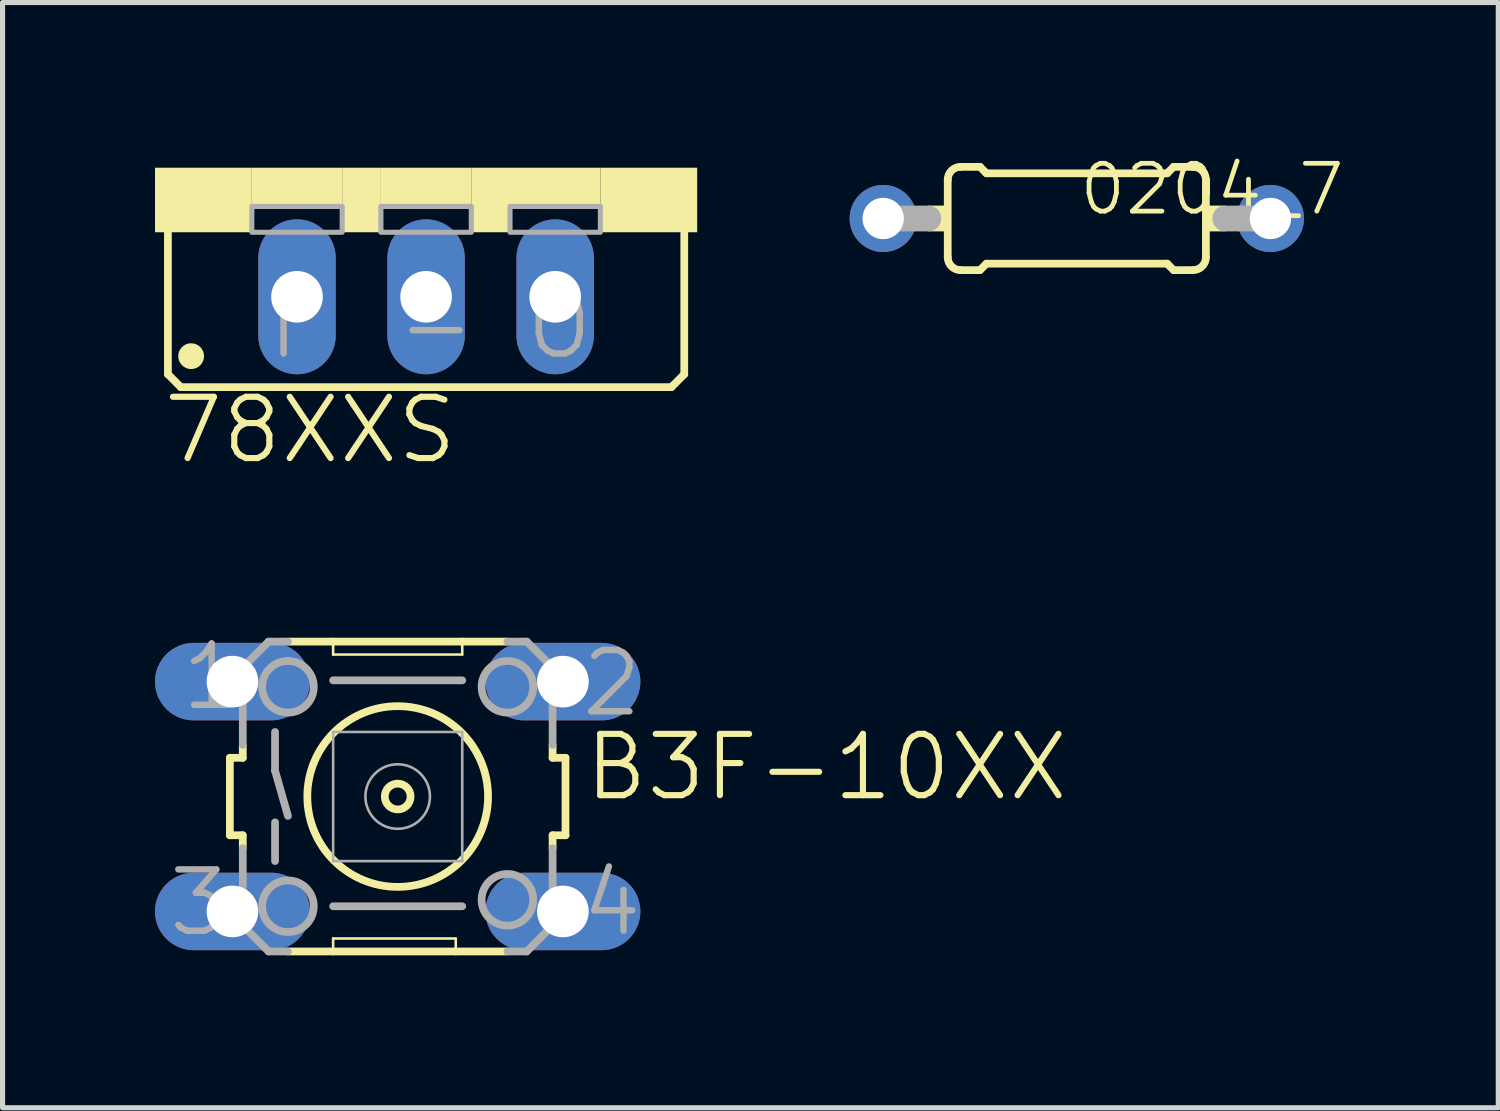
<source format=kicad_pcb>
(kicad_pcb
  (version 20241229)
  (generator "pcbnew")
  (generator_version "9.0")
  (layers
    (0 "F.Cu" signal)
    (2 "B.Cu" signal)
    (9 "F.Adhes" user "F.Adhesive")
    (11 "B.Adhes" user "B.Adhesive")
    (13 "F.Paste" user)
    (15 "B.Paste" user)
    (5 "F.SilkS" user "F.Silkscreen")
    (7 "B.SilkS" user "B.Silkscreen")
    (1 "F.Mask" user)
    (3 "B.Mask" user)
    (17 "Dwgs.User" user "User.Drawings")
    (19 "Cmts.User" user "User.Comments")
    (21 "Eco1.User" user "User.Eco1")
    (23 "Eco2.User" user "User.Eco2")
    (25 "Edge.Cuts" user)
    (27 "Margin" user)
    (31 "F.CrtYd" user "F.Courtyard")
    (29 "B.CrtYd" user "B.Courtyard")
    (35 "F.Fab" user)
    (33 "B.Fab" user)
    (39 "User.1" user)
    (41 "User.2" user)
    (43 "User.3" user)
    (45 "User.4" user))
  (footprint "78XXS"
    (layer "F.Cu")
    (at 5.334 0.25)
    (property "Reference" "78XXS" (at -5.232 5.867 0) (layer "F.SilkS") (effects (font (size 1.206 1.206) (thickness 0.121)) (justify left bottom)))
    (attr through_hole)
    (fp_line (start -5.08 4.064) (end -5.08 1.143) (stroke (width 0.152) (type solid)) (layer "F.SilkS"))
    (fp_line (start -5.08 4.064) (end -4.826 4.318) (stroke (width 0.152) (type solid)) (layer "F.SilkS"))
    (fp_line (start 4.826 4.318) (end -4.826 4.318) (stroke (width 0.152) (type solid)) (layer "F.SilkS"))
    (fp_line (start 4.826 4.318) (end 5.08 4.064) (stroke (width 0.152) (type solid)) (layer "F.SilkS"))
    (fp_line (start 5.08 1.143) (end 5.08 4.064) (stroke (width 0.152) (type solid)) (layer "F.SilkS"))
    (fp_circle (center -4.623 3.708) (end -4.496 3.708) (stroke (width 0.254) (type solid)) (fill no) (layer "F.SilkS"))
    (fp_poly (pts (xy -5.334 1.27) (xy -3.429 1.27) (xy -3.429 0) (xy -5.334 0)) (stroke (width 0) (type solid)) (fill yes) (layer "F.SilkS"))
    (fp_poly (pts (xy -3.429 0.762) (xy -1.651 0.762) (xy -1.651 0) (xy -3.429 0)) (stroke (width 0) (type solid)) (fill yes) (layer "F.SilkS"))
    (fp_poly (pts (xy -1.651 1.27) (xy -0.889 1.27) (xy -0.889 0) (xy -1.651 0)) (stroke (width 0) (type solid)) (fill yes) (layer "F.SilkS"))
    (fp_poly (pts (xy -0.889 0.762) (xy 0.889 0.762) (xy 0.889 0) (xy -0.889 0)) (stroke (width 0) (type solid)) (fill yes) (layer "F.SilkS"))
    (fp_poly (pts (xy 0.889 1.27) (xy 1.651 1.27) (xy 1.651 0) (xy 0.889 0)) (stroke (width 0) (type solid)) (fill yes) (layer "F.SilkS"))
    (fp_poly (pts (xy 1.651 0.762) (xy 3.429 0.762) (xy 3.429 0) (xy 1.651 0)) (stroke (width 0) (type solid)) (fill yes) (layer "F.SilkS"))
    (fp_poly (pts (xy 3.429 1.27) (xy 5.334 1.27) (xy 5.334 0) (xy 3.429 0)) (stroke (width 0) (type solid)) (fill yes) (layer "F.SilkS"))
    (fp_poly (pts (xy -3.429 1.27) (xy -1.651 1.27) (xy -1.651 0.762) (xy -3.429 0.762)) (stroke (width 0.1) (type solid)) (fill no) (layer "F.Fab"))
    (fp_poly (pts (xy -0.889 1.27) (xy 0.889 1.27) (xy 0.889 0.762) (xy -0.889 0.762)) (stroke (width 0.1) (type solid)) (fill no) (layer "F.Fab"))
    (fp_poly (pts (xy 1.651 1.27) (xy 3.429 1.27) (xy 3.429 0.762) (xy 1.651 0.762)) (stroke (width 0.1) (type solid)) (fill no) (layer "F.Fab"))
    (fp_text user "I" (at -3.175 3.81 0) (layer "F.Fab") (effects (font (size 1.206 1.206) (thickness 0.127)) (justify left bottom)))
    (fp_text user "O" (at 1.905 3.81 0) (layer "F.Fab") (effects (font (size 1.206 1.206) (thickness 0.127)) (justify left bottom)))
    (fp_text user "-" (at -0.635 3.81 0) (layer "F.Fab") (effects (font (size 1.206 1.206) (thickness 0.127)) (justify left bottom)))
    (pad "GND" thru_hole oval (at 0 2.54 90) (size 3.048 1.524) (drill 1.016) (layers "*.Cu" "*.Mask"))
    (pad "IN" thru_hole oval (at -2.54 2.54 90) (size 3.048 1.524) (drill 1.016) (layers "*.Cu" "*.Mask"))
    (pad "OUT" thru_hole oval (at 2.54 2.54 90) (size 3.048 1.524) (drill 1.016) (layers "*.Cu" "*.Mask")))
  (footprint "0204_7"
    (layer "F.Cu")
    (at 18.138 1.249)
    (property "Reference" "0204_7" (at 0 -0.025 0) (layer "F.SilkS") (effects (font (size 0.941 0.941) (thickness 0.094)) (justify left bottom)))
    (attr through_hole)
    (fp_line (start -2.54 0.762) (end -2.54 -0.762) (stroke (width 0.152) (type solid)) (layer "F.SilkS"))
    (fp_line (start -2.286 -1.016) (end -1.905 -1.016) (stroke (width 0.152) (type solid)) (layer "F.SilkS"))
    (fp_line (start -2.286 1.016) (end -1.905 1.016) (stroke (width 0.152) (type solid)) (layer "F.SilkS"))
    (fp_line (start -1.778 -0.889) (end -1.905 -1.016) (stroke (width 0.152) (type solid)) (layer "F.SilkS"))
    (fp_line (start -1.778 0.889) (end -1.905 1.016) (stroke (width 0.152) (type solid)) (layer "F.SilkS"))
    (fp_line (start 1.778 -0.889) (end -1.778 -0.889) (stroke (width 0.152) (type solid)) (layer "F.SilkS"))
    (fp_line (start 1.778 -0.889) (end 1.905 -1.016) (stroke (width 0.152) (type solid)) (layer "F.SilkS"))
    (fp_line (start 1.778 0.889) (end -1.778 0.889) (stroke (width 0.152) (type solid)) (layer "F.SilkS"))
    (fp_line (start 1.778 0.889) (end 1.905 1.016) (stroke (width 0.152) (type solid)) (layer "F.SilkS"))
    (fp_line (start 2.286 -1.016) (end 1.905 -1.016) (stroke (width 0.152) (type solid)) (layer "F.SilkS"))
    (fp_line (start 2.286 1.016) (end 1.905 1.016) (stroke (width 0.152) (type solid)) (layer "F.SilkS"))
    (fp_line (start 2.54 0.762) (end 2.54 -0.762) (stroke (width 0.152) (type solid)) (layer "F.SilkS"))
    (fp_arc (start -2.54 -0.762) (mid -2.465605 -0.941605) (end -2.286 -1.016) (stroke (width 0.1524) (type solid)) (layer "F.SilkS"))
    (fp_arc (start -2.286 1.016) (mid -2.465605 0.941605) (end -2.54 0.762) (stroke (width 0.1524) (type solid)) (layer "F.SilkS"))
    (fp_arc (start 2.286 -1.016) (mid 2.465605 -0.941605) (end 2.54 -0.762) (stroke (width 0.1524) (type solid)) (layer "F.SilkS"))
    (fp_arc (start 2.54 0.762) (mid 2.465605 0.941605) (end 2.286 1.016) (stroke (width 0.1524) (type solid)) (layer "F.SilkS"))
    (fp_poly (pts (xy -2.921 0.254) (xy -2.54 0.254) (xy -2.54 -0.254) (xy -2.921 -0.254)) (stroke (width 0) (type solid)) (fill yes) (layer "F.SilkS"))
    (fp_poly (pts (xy 2.54 0.254) (xy 2.921 0.254) (xy 2.921 -0.254) (xy 2.54 -0.254)) (stroke (width 0) (type solid)) (fill yes) (layer "F.SilkS"))
    (fp_line (start -3.81 0) (end -2.921 0) (stroke (width 0.508) (type solid)) (layer "F.Fab"))
    (fp_line (start 3.81 0) (end 2.921 0) (stroke (width 0.508) (type solid)) (layer "F.Fab"))
    (pad "1" thru_hole circle (at -3.81 0) (size 1.321 1.321) (drill 0.813) (layers "*.Cu" "*.Mask"))
    (pad "2" thru_hole circle (at 3.81 0) (size 1.321 1.321) (drill 0.813) (layers "*.Cu" "*.Mask")))
  (footprint "B3F-10XX"
    (layer "F.Cu")
    (at 4.775 12.623)
    (property "Reference" "B3F-10XX" (at 3.619 0.127 180) (layer "F.SilkS") (effects (font (size 1.206 1.206) (thickness 0.121)) (justify left bottom)))
    (attr through_hole)
    (fp_line (start -3.302 -0.762) (end -3.302 0.762) (stroke (width 0.152) (type solid)) (layer "F.SilkS"))
    (fp_line (start -3.302 -0.762) (end -3.048 -0.762) (stroke (width 0.152) (type solid)) (layer "F.SilkS"))
    (fp_line (start -3.048 -0.762) (end -3.048 -1.016) (stroke (width 0.152) (type solid)) (layer "F.SilkS"))
    (fp_line (start -3.048 0.762) (end -3.302 0.762) (stroke (width 0.152) (type solid)) (layer "F.SilkS"))
    (fp_line (start -3.048 0.762) (end -3.048 1.016) (stroke (width 0.152) (type solid)) (layer "F.SilkS"))
    (fp_line (start -2.159 3.048) (end -1.27 3.048) (stroke (width 0.152) (type solid)) (layer "F.SilkS"))
    (fp_line (start -1.27 -3.048) (end -2.159 -3.048) (stroke (width 0.152) (type solid)) (layer "F.SilkS"))
    (fp_line (start -1.27 -3.048) (end -1.27 -2.794) (stroke (width 0.051) (type solid)) (layer "F.SilkS"))
    (fp_line (start -1.27 2.794) (end -1.27 3.048) (stroke (width 0.051) (type solid)) (layer "F.SilkS"))
    (fp_line (start -1.27 3.048) (end 1.143 3.048) (stroke (width 0.152) (type solid)) (layer "F.SilkS"))
    (fp_line (start 1.143 2.794) (end -1.27 2.794) (stroke (width 0.051) (type solid)) (layer "F.SilkS"))
    (fp_line (start 1.143 2.794) (end 1.143 3.048) (stroke (width 0.051) (type solid)) (layer "F.SilkS"))
    (fp_line (start 1.143 3.048) (end 2.159 3.048) (stroke (width 0.152) (type solid)) (layer "F.SilkS"))
    (fp_line (start 1.27 -3.048) (end -1.27 -3.048) (stroke (width 0.152) (type solid)) (layer "F.SilkS"))
    (fp_line (start 1.27 -2.794) (end -1.27 -2.794) (stroke (width 0.051) (type solid)) (layer "F.SilkS"))
    (fp_line (start 1.27 -2.794) (end 1.27 -3.048) (stroke (width 0.051) (type solid)) (layer "F.SilkS"))
    (fp_line (start 2.159 -3.048) (end 1.27 -3.048) (stroke (width 0.152) (type solid)) (layer "F.SilkS"))
    (fp_line (start 3.048 -0.762) (end 3.048 -1.016) (stroke (width 0.152) (type solid)) (layer "F.SilkS"))
    (fp_line (start 3.048 -0.762) (end 3.302 -0.762) (stroke (width 0.152) (type solid)) (layer "F.SilkS"))
    (fp_line (start 3.048 0.762) (end 3.048 1.016) (stroke (width 0.152) (type solid)) (layer "F.SilkS"))
    (fp_line (start 3.302 0.762) (end 3.048 0.762) (stroke (width 0.152) (type solid)) (layer "F.SilkS"))
    (fp_line (start 3.302 0.762) (end 3.302 -0.762) (stroke (width 0.152) (type solid)) (layer "F.SilkS"))
    (fp_circle (center 0 0) (end 0.254 0) (stroke (width 0.152) (type solid)) (fill no) (layer "F.SilkS"))
    (fp_circle (center 0 0) (end 1.778 0) (stroke (width 0.152) (type solid)) (fill no) (layer "F.SilkS"))
    (fp_line (start -3.048 -2.54) (end -3.048 -1.016) (stroke (width 0.152) (type solid)) (layer "F.Fab"))
    (fp_line (start -3.048 2.54) (end -3.048 1.016) (stroke (width 0.152) (type solid)) (layer "F.Fab"))
    (fp_line (start -2.54 -3.048) (end -3.048 -2.54) (stroke (width 0.152) (type solid)) (layer "F.Fab"))
    (fp_line (start -2.54 -3.048) (end -2.159 -3.048) (stroke (width 0.152) (type solid)) (layer "F.Fab"))
    (fp_line (start -2.54 3.048) (end -3.048 2.54) (stroke (width 0.152) (type solid)) (layer "F.Fab"))
    (fp_line (start -2.54 3.048) (end -2.159 3.048) (stroke (width 0.152) (type solid)) (layer "F.Fab"))
    (fp_line (start -2.413 -1.27) (end -2.413 -0.508) (stroke (width 0.152) (type solid)) (layer "F.Fab"))
    (fp_line (start -2.413 -0.508) (end -2.159 0.381) (stroke (width 0.152) (type solid)) (layer "F.Fab"))
    (fp_line (start -2.413 0.508) (end -2.413 1.27) (stroke (width 0.152) (type solid)) (layer "F.Fab"))
    (fp_line (start -1.27 -1.27) (end -1.27 1.27) (stroke (width 0.051) (type solid)) (layer "F.Fab"))
    (fp_line (start -1.27 -1.27) (end 1.27 -1.27) (stroke (width 0.051) (type solid)) (layer "F.Fab"))
    (fp_line (start -1.27 2.159) (end 1.27 2.159) (stroke (width 0.152) (type solid)) (layer "F.Fab"))
    (fp_line (start 1.27 -2.286) (end -1.27 -2.286) (stroke (width 0.152) (type solid)) (layer "F.Fab"))
    (fp_line (start 1.27 1.27) (end -1.27 1.27) (stroke (width 0.051) (type solid)) (layer "F.Fab"))
    (fp_line (start 1.27 1.27) (end 1.27 -1.27) (stroke (width 0.051) (type solid)) (layer "F.Fab"))
    (fp_line (start 2.54 -3.048) (end 2.159 -3.048) (stroke (width 0.152) (type solid)) (layer "F.Fab"))
    (fp_line (start 2.54 3.048) (end 2.159 3.048) (stroke (width 0.152) (type solid)) (layer "F.Fab"))
    (fp_line (start 2.54 3.048) (end 3.048 2.54) (stroke (width 0.152) (type solid)) (layer "F.Fab"))
    (fp_line (start 3.048 -2.54) (end 2.54 -3.048) (stroke (width 0.152) (type solid)) (layer "F.Fab"))
    (fp_line (start 3.048 -1.016) (end 3.048 -2.54) (stroke (width 0.152) (type solid)) (layer "F.Fab"))
    (fp_line (start 3.048 2.54) (end 3.048 1.016) (stroke (width 0.152) (type solid)) (layer "F.Fab"))
    (fp_circle (center -2.159 -2.159) (end -1.651 -2.159) (stroke (width 0.152) (type solid)) (fill no) (layer "F.Fab"))
    (fp_circle (center -2.159 2.159) (end -1.651 2.159) (stroke (width 0.152) (type solid)) (fill no) (layer "F.Fab"))
    (fp_circle (center 0 0) (end 0.635 0) (stroke (width 0.051) (type solid)) (fill no) (layer "F.Fab"))
    (fp_circle (center 2.159 -2.159) (end 2.667 -2.159) (stroke (width 0.152) (type solid)) (fill no) (layer "F.Fab"))
    (fp_circle (center 2.159 2.032) (end 2.667 2.032) (stroke (width 0.152) (type solid)) (fill no) (layer "F.Fab"))
    (fp_text user "4" (at 3.556 2.794 0) (layer "F.Fab") (effects (font (size 1.206 1.206) (thickness 0.127)) (justify left bottom)))
    (fp_text user "2" (at 3.556 -1.524 0) (layer "F.Fab") (effects (font (size 1.206 1.206) (thickness 0.127)) (justify left bottom)))
    (fp_text user "3" (at -4.572 2.794 0) (layer "F.Fab") (effects (font (size 1.206 1.206) (thickness 0.127)) (justify left bottom)))
    (fp_text user "1" (at -4.318 -1.651 0) (layer "F.Fab") (effects (font (size 1.206 1.206) (thickness 0.127)) (justify left bottom)))
    (pad "1" thru_hole oval (at -3.251 -2.261) (size 3.048 1.524) (drill 1.016) (layers "*.Cu" "*.Mask"))
    (pad "2" thru_hole oval (at 3.251 -2.261) (size 3.048 1.524) (drill 1.016) (layers "*.Cu" "*.Mask"))
    (pad "3" thru_hole oval (at -3.251 2.261) (size 3.048 1.524) (drill 1.016) (layers "*.Cu" "*.Mask"))
    (pad "4" thru_hole oval (at 3.251 2.261) (size 3.048 1.524) (drill 1.016) (layers "*.Cu" "*.Mask")))
  (gr_rect
    (start -3 -3)
    (end 26.431 18.747)
    (stroke (width 0.1) (type default))
    (fill no)
    (layer "Edge.Cuts")))
</source>
